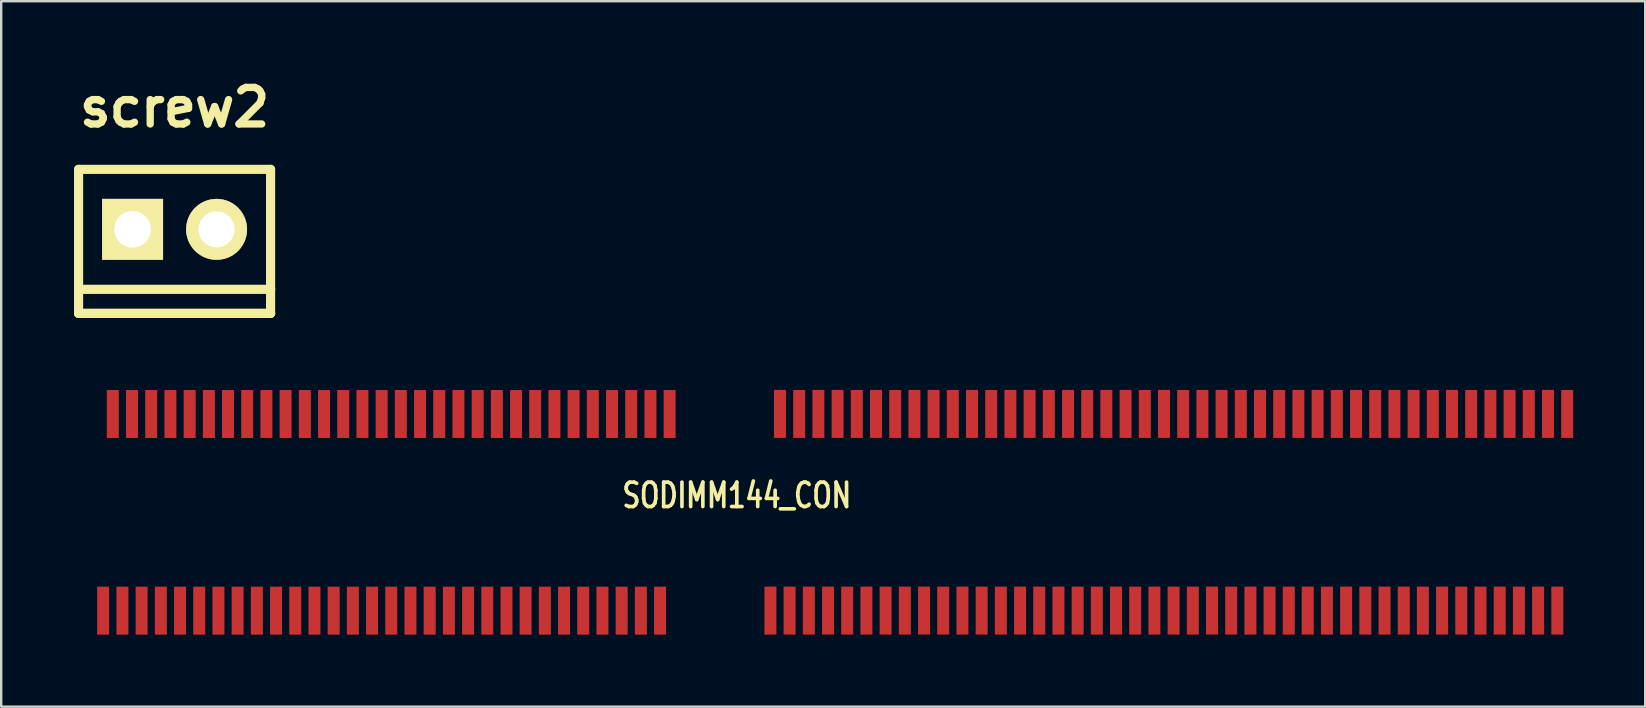
<source format=kicad_pcb>
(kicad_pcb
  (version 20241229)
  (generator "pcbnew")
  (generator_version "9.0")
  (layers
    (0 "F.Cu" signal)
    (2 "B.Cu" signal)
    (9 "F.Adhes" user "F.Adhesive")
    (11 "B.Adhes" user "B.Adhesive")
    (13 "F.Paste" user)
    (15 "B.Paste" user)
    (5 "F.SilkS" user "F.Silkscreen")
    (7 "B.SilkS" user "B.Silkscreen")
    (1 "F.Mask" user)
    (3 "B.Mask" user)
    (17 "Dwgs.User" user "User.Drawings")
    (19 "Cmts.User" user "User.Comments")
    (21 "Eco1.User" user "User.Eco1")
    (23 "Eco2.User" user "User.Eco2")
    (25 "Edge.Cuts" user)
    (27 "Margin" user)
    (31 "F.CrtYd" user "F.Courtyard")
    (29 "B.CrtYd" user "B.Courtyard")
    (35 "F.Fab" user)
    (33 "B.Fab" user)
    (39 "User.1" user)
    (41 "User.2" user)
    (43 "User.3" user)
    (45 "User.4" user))
  (footprint "screw2"
    (layer "F.Cu")
    (at 4.224 6.506)
    (property "Reference" "screw2" (at 0 -5.08 0) (layer "F.SilkS") (effects (font (size 1.524 1.524) (thickness 0.305))))
    (attr through_hole)
    (fp_line (start -4 -2.499) (end 4 -2.499) (stroke (width 0.381) (type solid)) (layer "F.SilkS"))
    (fp_line (start -4 2.499) (end -4 -2.499) (stroke (width 0.381) (type solid)) (layer "F.SilkS"))
    (fp_line (start -4 2.499) (end -4 3.5) (stroke (width 0.381) (type solid)) (layer "F.SilkS"))
    (fp_line (start -4 3.5) (end 4 3.5) (stroke (width 0.381) (type solid)) (layer "F.SilkS"))
    (fp_line (start -4 3.5) (end 4 3.5) (stroke (width 0.381) (type solid)) (layer "F.SilkS"))
    (fp_line (start 4 -2.499) (end 4 2.499) (stroke (width 0.381) (type solid)) (layer "F.SilkS"))
    (fp_line (start 4 2.499) (end -4 2.499) (stroke (width 0.381) (type solid)) (layer "F.SilkS"))
    (fp_line (start 4 3.5) (end 4 2.499) (stroke (width 0.381) (type solid)) (layer "F.SilkS"))
    (pad "1" thru_hole rect (at -1.75 0) (size 2.54 2.54) (drill 1.524) (layers "*.Cu" "*.Mask" "F.SilkS"))
    (pad "2" thru_hole circle (at 1.75 0) (size 2.54 2.54) (drill 1.501) (layers "*.Cu" "*.Mask" "F.SilkS")))
  (footprint "SODIMM144_CON"
    (layer "F.Cu")
    (at 0.25 22.393)
    (property "Reference" "SODIMM144_CON" (at 27.399 -4.801 0) (layer "F.SilkS") (effects (font (size 1.016 0.762) (thickness 0.152))))
    (attr smd)
    (pad "1" smd rect (at 0.998 0) (size 0.5 1.999) (layers "F.Cu" "F.Mask" "F.Paste"))
    (pad "2" smd rect (at 1.4 -8.194) (size 0.5 1.999) (layers "F.Cu" "F.Mask" "F.Paste"))
    (pad "3" smd rect (at 1.801 0) (size 0.5 1.999) (layers "F.Cu" "F.Mask" "F.Paste"))
    (pad "4" smd rect (at 2.2 -8.194) (size 0.5 1.999) (layers "F.Cu" "F.Mask" "F.Paste"))
    (pad "5" smd rect (at 2.601 0) (size 0.5 1.999) (layers "F.Cu" "F.Mask" "F.Paste"))
    (pad "6" smd rect (at 3 -8.194) (size 0.5 1.999) (layers "F.Cu" "F.Mask" "F.Paste"))
    (pad "7" smd rect (at 3.401 0) (size 0.5 1.999) (layers "F.Cu" "F.Mask" "F.Paste"))
    (pad "8" smd rect (at 3.8 -8.194) (size 0.5 1.999) (layers "F.Cu" "F.Mask" "F.Paste"))
    (pad "9" smd rect (at 4.201 0) (size 0.5 1.999) (layers "F.Cu" "F.Mask" "F.Paste"))
    (pad "10" smd rect (at 4.602 -8.194) (size 0.5 1.999) (layers "F.Cu" "F.Mask" "F.Paste"))
    (pad "11" smd rect (at 5.001 0) (size 0.5 1.999) (layers "F.Cu" "F.Mask" "F.Paste"))
    (pad "12" smd rect (at 5.403 -8.194) (size 0.5 1.999) (layers "F.Cu" "F.Mask" "F.Paste"))
    (pad "13" smd rect (at 5.801 0) (size 0.5 1.999) (layers "F.Cu" "F.Mask" "F.Paste"))
    (pad "14" smd rect (at 6.2 -8.194) (size 0.5 1.999) (layers "F.Cu" "F.Mask" "F.Paste"))
    (pad "15" smd rect (at 6.601 0) (size 0.5 1.999) (layers "F.Cu" "F.Mask" "F.Paste"))
    (pad "16" smd rect (at 7 -8.194) (size 0.5 1.999) (layers "F.Cu" "F.Mask" "F.Paste"))
    (pad "17" smd rect (at 7.402 0) (size 0.5 1.999) (layers "F.Cu" "F.Mask" "F.Paste"))
    (pad "18" smd rect (at 7.8 -8.194) (size 0.5 1.999) (layers "F.Cu" "F.Mask" "F.Paste"))
    (pad "19" smd rect (at 8.202 0) (size 0.5 1.999) (layers "F.Cu" "F.Mask" "F.Paste"))
    (pad "20" smd rect (at 8.6 -8.194) (size 0.5 1.999) (layers "F.Cu" "F.Mask" "F.Paste"))
    (pad "21" smd rect (at 9.002 0) (size 0.5 1.999) (layers "F.Cu" "F.Mask" "F.Paste"))
    (pad "22" smd rect (at 9.401 -8.194) (size 0.5 1.999) (layers "F.Cu" "F.Mask" "F.Paste"))
    (pad "23" smd rect (at 9.802 0) (size 0.5 1.999) (layers "F.Cu" "F.Mask" "F.Paste"))
    (pad "24" smd rect (at 10.201 -8.194) (size 0.5 1.999) (layers "F.Cu" "F.Mask" "F.Paste"))
    (pad "25" smd rect (at 10.602 0) (size 0.5 1.999) (layers "F.Cu" "F.Mask" "F.Paste"))
    (pad "26" smd rect (at 11.001 -8.194) (size 0.5 1.999) (layers "F.Cu" "F.Mask" "F.Paste"))
    (pad "27" smd rect (at 11.402 0) (size 0.5 1.999) (layers "F.Cu" "F.Mask" "F.Paste"))
    (pad "28" smd rect (at 11.801 -8.194) (size 0.5 1.999) (layers "F.Cu" "F.Mask" "F.Paste"))
    (pad "29" smd rect (at 12.202 0) (size 0.5 1.999) (layers "F.Cu" "F.Mask" "F.Paste"))
    (pad "30" smd rect (at 12.601 -8.194) (size 0.5 1.999) (layers "F.Cu" "F.Mask" "F.Paste"))
    (pad "31" smd rect (at 13.002 0) (size 0.5 1.999) (layers "F.Cu" "F.Mask" "F.Paste"))
    (pad "32" smd rect (at 13.401 -8.194) (size 0.5 1.999) (layers "F.Cu" "F.Mask" "F.Paste"))
    (pad "33" smd rect (at 13.802 0) (size 0.5 1.999) (layers "F.Cu" "F.Mask" "F.Paste"))
    (pad "34" smd rect (at 14.201 -8.194) (size 0.5 1.999) (layers "F.Cu" "F.Mask" "F.Paste"))
    (pad "35" smd rect (at 14.602 0) (size 0.5 1.999) (layers "F.Cu" "F.Mask" "F.Paste"))
    (pad "36" smd rect (at 15.001 -8.194) (size 0.5 1.999) (layers "F.Cu" "F.Mask" "F.Paste"))
    (pad "37" smd rect (at 15.403 0) (size 0.5 1.999) (layers "F.Cu" "F.Mask" "F.Paste"))
    (pad "38" smd rect (at 15.801 -8.194) (size 0.5 1.999) (layers "F.Cu" "F.Mask" "F.Paste"))
    (pad "39" smd rect (at 16.203 0) (size 0.5 1.999) (layers "F.Cu" "F.Mask" "F.Paste"))
    (pad "40" smd rect (at 16.601 -8.194) (size 0.5 1.999) (layers "F.Cu" "F.Mask" "F.Paste"))
    (pad "41" smd rect (at 17.003 0) (size 0.5 1.999) (layers "F.Cu" "F.Mask" "F.Paste"))
    (pad "42" smd rect (at 17.402 -8.194) (size 0.5 1.999) (layers "F.Cu" "F.Mask" "F.Paste"))
    (pad "43" smd rect (at 17.803 0) (size 0.5 1.999) (layers "F.Cu" "F.Mask" "F.Paste"))
    (pad "44" smd rect (at 18.202 -8.194) (size 0.5 1.999) (layers "F.Cu" "F.Mask" "F.Paste"))
    (pad "45" smd rect (at 18.6 0) (size 0.5 1.999) (layers "F.Cu" "F.Mask" "F.Paste"))
    (pad "46" smd rect (at 18.999 -8.194) (size 0.5 1.999) (layers "F.Cu" "F.Mask" "F.Paste"))
    (pad "47" smd rect (at 19.401 0) (size 0.5 1.999) (layers "F.Cu" "F.Mask" "F.Paste"))
    (pad "48" smd rect (at 19.799 -8.194) (size 0.5 1.999) (layers "F.Cu" "F.Mask" "F.Paste"))
    (pad "49" smd rect (at 20.201 0) (size 0.5 1.999) (layers "F.Cu" "F.Mask" "F.Paste"))
    (pad "50" smd rect (at 20.599 -8.194) (size 0.5 1.999) (layers "F.Cu" "F.Mask" "F.Paste"))
    (pad "51" smd rect (at 21.001 0) (size 0.5 1.999) (layers "F.Cu" "F.Mask" "F.Paste"))
    (pad "52" smd rect (at 21.399 -8.194) (size 0.5 1.999) (layers "F.Cu" "F.Mask" "F.Paste"))
    (pad "53" smd rect (at 21.801 0) (size 0.5 1.999) (layers "F.Cu" "F.Mask" "F.Paste"))
    (pad "54" smd rect (at 22.2 -8.194) (size 0.5 1.999) (layers "F.Cu" "F.Mask" "F.Paste"))
    (pad "55" smd rect (at 22.601 0) (size 0.5 1.999) (layers "F.Cu" "F.Mask" "F.Paste"))
    (pad "56" smd rect (at 23 -8.194) (size 0.5 1.999) (layers "F.Cu" "F.Mask" "F.Paste"))
    (pad "57" smd rect (at 23.401 0) (size 0.5 1.999) (layers "F.Cu" "F.Mask" "F.Paste"))
    (pad "58" smd rect (at 23.8 -8.194) (size 0.5 1.999) (layers "F.Cu" "F.Mask" "F.Paste"))
    (pad "59" smd rect (at 24.201 0) (size 0.5 1.999) (layers "F.Cu" "F.Mask" "F.Paste"))
    (pad "60" smd rect (at 24.6 -8.194) (size 0.5 1.999) (layers "F.Cu" "F.Mask" "F.Paste"))
    (pad "61" smd rect (at 28.799 -0.003) (size 0.5 1.999) (layers "F.Cu" "F.Mask" "F.Paste"))
    (pad "62" smd rect (at 29.197 -8.197) (size 0.5 1.999) (layers "F.Cu" "F.Mask" "F.Paste"))
    (pad "63" smd rect (at 29.599 -0.003) (size 0.5 1.999) (layers "F.Cu" "F.Mask" "F.Paste"))
    (pad "64" smd rect (at 29.997 -8.197) (size 0.5 1.999) (layers "F.Cu" "F.Mask" "F.Paste"))
    (pad "65" smd rect (at 30.399 -0.003) (size 0.5 1.999) (layers "F.Cu" "F.Mask" "F.Paste"))
    (pad "66" smd rect (at 30.797 -8.197) (size 0.5 1.999) (layers "F.Cu" "F.Mask" "F.Paste"))
    (pad "67" smd rect (at 31.199 -0.003) (size 0.5 1.999) (layers "F.Cu" "F.Mask" "F.Paste"))
    (pad "68" smd rect (at 31.598 -8.197) (size 0.5 1.999) (layers "F.Cu" "F.Mask" "F.Paste"))
    (pad "69" smd rect (at 31.999 -0.003) (size 0.5 1.999) (layers "F.Cu" "F.Mask" "F.Paste"))
    (pad "70" smd rect (at 32.398 -8.197) (size 0.5 1.999) (layers "F.Cu" "F.Mask" "F.Paste"))
    (pad "71" smd rect (at 32.799 -0.003) (size 0.5 1.999) (layers "F.Cu" "F.Mask" "F.Paste"))
    (pad "72" smd rect (at 33.198 -8.197) (size 0.5 1.999) (layers "F.Cu" "F.Mask" "F.Paste"))
    (pad "73" smd rect (at 33.599 -0.003) (size 0.5 1.999) (layers "F.Cu" "F.Mask" "F.Paste"))
    (pad "74" smd rect (at 33.998 -8.197) (size 0.5 1.999) (layers "F.Cu" "F.Mask" "F.Paste"))
    (pad "75" smd rect (at 34.399 -0.003) (size 0.5 1.999) (layers "F.Cu" "F.Mask" "F.Paste"))
    (pad "76" smd rect (at 34.798 -8.197) (size 0.5 1.999) (layers "F.Cu" "F.Mask" "F.Paste"))
    (pad "77" smd rect (at 35.199 -0.003) (size 0.5 1.999) (layers "F.Cu" "F.Mask" "F.Paste"))
    (pad "78" smd rect (at 35.598 -8.197) (size 0.5 1.999) (layers "F.Cu" "F.Mask" "F.Paste"))
    (pad "79" smd rect (at 35.999 -0.003) (size 0.5 1.999) (layers "F.Cu" "F.Mask" "F.Paste"))
    (pad "80" smd rect (at 36.398 -8.197) (size 0.5 1.999) (layers "F.Cu" "F.Mask" "F.Paste"))
    (pad "81" smd rect (at 36.8 -0.003) (size 0.5 1.999) (layers "F.Cu" "F.Mask" "F.Paste"))
    (pad "82" smd rect (at 37.198 -8.197) (size 0.5 1.999) (layers "F.Cu" "F.Mask" "F.Paste"))
    (pad "83" smd rect (at 37.6 -0.003) (size 0.5 1.999) (layers "F.Cu" "F.Mask" "F.Paste"))
    (pad "84" smd rect (at 37.998 -8.197) (size 0.5 1.999) (layers "F.Cu" "F.Mask" "F.Paste"))
    (pad "85" smd rect (at 38.4 -0.003) (size 0.5 1.999) (layers "F.Cu" "F.Mask" "F.Paste"))
    (pad "86" smd rect (at 38.798 -8.197) (size 0.5 1.999) (layers "F.Cu" "F.Mask" "F.Paste"))
    (pad "87" smd rect (at 39.2 -0.003) (size 0.5 1.999) (layers "F.Cu" "F.Mask" "F.Paste"))
    (pad "88" smd rect (at 39.599 -8.197) (size 0.5 1.999) (layers "F.Cu" "F.Mask" "F.Paste"))
    (pad "89" smd rect (at 40 -0.003) (size 0.5 1.999) (layers "F.Cu" "F.Mask" "F.Paste"))
    (pad "90" smd rect (at 40.399 -8.197) (size 0.5 1.999) (layers "F.Cu" "F.Mask" "F.Paste"))
    (pad "91" smd rect (at 40.8 -0.003) (size 0.5 1.999) (layers "F.Cu" "F.Mask" "F.Paste"))
    (pad "92" smd rect (at 41.199 -8.197) (size 0.5 1.999) (layers "F.Cu" "F.Mask" "F.Paste"))
    (pad "93" smd rect (at 41.6 -0.003) (size 0.5 1.999) (layers "F.Cu" "F.Mask" "F.Paste"))
    (pad "94" smd rect (at 41.999 -8.197) (size 0.5 1.999) (layers "F.Cu" "F.Mask" "F.Paste"))
    (pad "95" smd rect (at 42.398 -0.003) (size 0.5 1.999) (layers "F.Cu" "F.Mask" "F.Paste"))
    (pad "96" smd rect (at 42.796 -8.197) (size 0.5 1.999) (layers "F.Cu" "F.Mask" "F.Paste"))
    (pad "97" smd rect (at 43.198 -0.003) (size 0.5 1.999) (layers "F.Cu" "F.Mask" "F.Paste"))
    (pad "98" smd rect (at 43.597 -8.197) (size 0.5 1.999) (layers "F.Cu" "F.Mask" "F.Paste"))
    (pad "99" smd rect (at 43.998 -0.003) (size 0.5 1.999) (layers "F.Cu" "F.Mask" "F.Paste"))
    (pad "100" smd rect (at 44.397 -8.197) (size 0.5 1.999) (layers "F.Cu" "F.Mask" "F.Paste"))
    (pad "101" smd rect (at 44.798 -0.003) (size 0.5 1.999) (layers "F.Cu" "F.Mask" "F.Paste"))
    (pad "102" smd rect (at 45.197 -8.197) (size 0.5 1.999) (layers "F.Cu" "F.Mask" "F.Paste"))
    (pad "103" smd rect (at 45.598 -0.003) (size 0.5 1.999) (layers "F.Cu" "F.Mask" "F.Paste"))
    (pad "104" smd rect (at 45.997 -8.197) (size 0.5 1.999) (layers "F.Cu" "F.Mask" "F.Paste"))
    (pad "105" smd rect (at 46.398 -0.003) (size 0.5 1.999) (layers "F.Cu" "F.Mask" "F.Paste"))
    (pad "106" smd rect (at 46.797 -8.197) (size 0.5 1.999) (layers "F.Cu" "F.Mask" "F.Paste"))
    (pad "107" smd rect (at 47.198 -0.003) (size 0.5 1.999) (layers "F.Cu" "F.Mask" "F.Paste"))
    (pad "108" smd rect (at 47.597 -8.197) (size 0.5 1.999) (layers "F.Cu" "F.Mask" "F.Paste"))
    (pad "109" smd rect (at 47.998 -0.003) (size 0.5 1.999) (layers "F.Cu" "F.Mask" "F.Paste"))
    (pad "110" smd rect (at 48.397 -8.197) (size 0.5 1.999) (layers "F.Cu" "F.Mask" "F.Paste"))
    (pad "111" smd rect (at 48.798 -0.003) (size 0.5 1.999) (layers "F.Cu" "F.Mask" "F.Paste"))
    (pad "112" smd rect (at 49.197 -8.197) (size 0.5 1.999) (layers "F.Cu" "F.Mask" "F.Paste"))
    (pad "113" smd rect (at 49.596 -0.003) (size 0.5 1.999) (layers "F.Cu" "F.Mask" "F.Paste"))
    (pad "114" smd rect (at 49.997 -8.197) (size 0.5 1.999) (layers "F.Cu" "F.Mask" "F.Paste"))
    (pad "115" smd rect (at 50.396 -0.003) (size 0.5 1.999) (layers "F.Cu" "F.Mask" "F.Paste"))
    (pad "116" smd rect (at 50.797 -8.197) (size 0.5 1.999) (layers "F.Cu" "F.Mask" "F.Paste"))
    (pad "117" smd rect (at 51.186 -0.003) (size 0.5 1.999) (layers "F.Cu" "F.Mask" "F.Paste"))
    (pad "118" smd rect (at 51.598 -8.197) (size 0.5 1.999) (layers "F.Cu" "F.Mask" "F.Paste"))
    (pad "119" smd rect (at 51.986 -0.003) (size 0.5 1.999) (layers "F.Cu" "F.Mask" "F.Paste"))
    (pad "120" smd rect (at 52.398 -8.197) (size 0.5 1.999) (layers "F.Cu" "F.Mask" "F.Paste"))
    (pad "121" smd rect (at 52.786 -0.003) (size 0.5 1.999) (layers "F.Cu" "F.Mask" "F.Paste"))
    (pad "122" smd rect (at 53.198 -8.197) (size 0.5 1.999) (layers "F.Cu" "F.Mask" "F.Paste"))
    (pad "123" smd rect (at 53.586 -0.003) (size 0.5 1.999) (layers "F.Cu" "F.Mask" "F.Paste"))
    (pad "124" smd rect (at 53.998 -8.197) (size 0.5 1.999) (layers "F.Cu" "F.Mask" "F.Paste"))
    (pad "125" smd rect (at 54.386 -0.003) (size 0.5 1.999) (layers "F.Cu" "F.Mask" "F.Paste"))
    (pad "126" smd rect (at 54.798 -8.197) (size 0.5 1.999) (layers "F.Cu" "F.Mask" "F.Paste"))
    (pad "127" smd rect (at 55.187 -0.003) (size 0.5 1.999) (layers "F.Cu" "F.Mask" "F.Paste"))
    (pad "128" smd rect (at 55.598 -8.197) (size 0.5 1.999) (layers "F.Cu" "F.Mask" "F.Paste"))
    (pad "129" smd rect (at 55.984 -0.003) (size 0.5 1.999) (layers "F.Cu" "F.Mask" "F.Paste"))
    (pad "130" smd rect (at 56.398 -8.197) (size 0.5 1.999) (layers "F.Cu" "F.Mask" "F.Paste"))
    (pad "131" smd rect (at 56.784 -0.003) (size 0.5 1.999) (layers "F.Cu" "F.Mask" "F.Paste"))
    (pad "132" smd rect (at 57.196 -8.197) (size 0.5 1.999) (layers "F.Cu" "F.Mask" "F.Paste"))
    (pad "133" smd rect (at 57.584 -0.003) (size 0.5 1.999) (layers "F.Cu" "F.Mask" "F.Paste"))
    (pad "134" smd rect (at 57.996 -8.197) (size 0.5 1.999) (layers "F.Cu" "F.Mask" "F.Paste"))
    (pad "135" smd rect (at 58.384 -0.003) (size 0.5 1.999) (layers "F.Cu" "F.Mask" "F.Paste"))
    (pad "136" smd rect (at 58.796 -8.197) (size 0.5 1.999) (layers "F.Cu" "F.Mask" "F.Paste"))
    (pad "137" smd rect (at 59.185 -0.003) (size 0.5 1.999) (layers "F.Cu" "F.Mask" "F.Paste"))
    (pad "138" smd rect (at 59.596 -8.197) (size 0.5 1.999) (layers "F.Cu" "F.Mask" "F.Paste"))
    (pad "139" smd rect (at 59.985 -0.003) (size 0.5 1.999) (layers "F.Cu" "F.Mask" "F.Paste"))
    (pad "140" smd rect (at 60.396 -8.197) (size 0.5 1.999) (layers "F.Cu" "F.Mask" "F.Paste"))
    (pad "141" smd rect (at 60.785 -0.003) (size 0.5 1.999) (layers "F.Cu" "F.Mask" "F.Paste"))
    (pad "142" smd rect (at 61.196 -8.197) (size 0.5 1.999) (layers "F.Cu" "F.Mask" "F.Paste"))
    (pad "143" smd rect (at 61.585 -0.003) (size 0.5 1.999) (layers "F.Cu" "F.Mask" "F.Paste"))
    (pad "144" smd rect (at 61.996 -8.197) (size 0.5 1.999) (layers "F.Cu" "F.Mask" "F.Paste")))
  (gr_rect
    (start -3 -3)
    (end 65.497 26.393)
    (stroke (width 0.1) (type default))
    (fill no)
    (layer "Edge.Cuts")))
</source>
